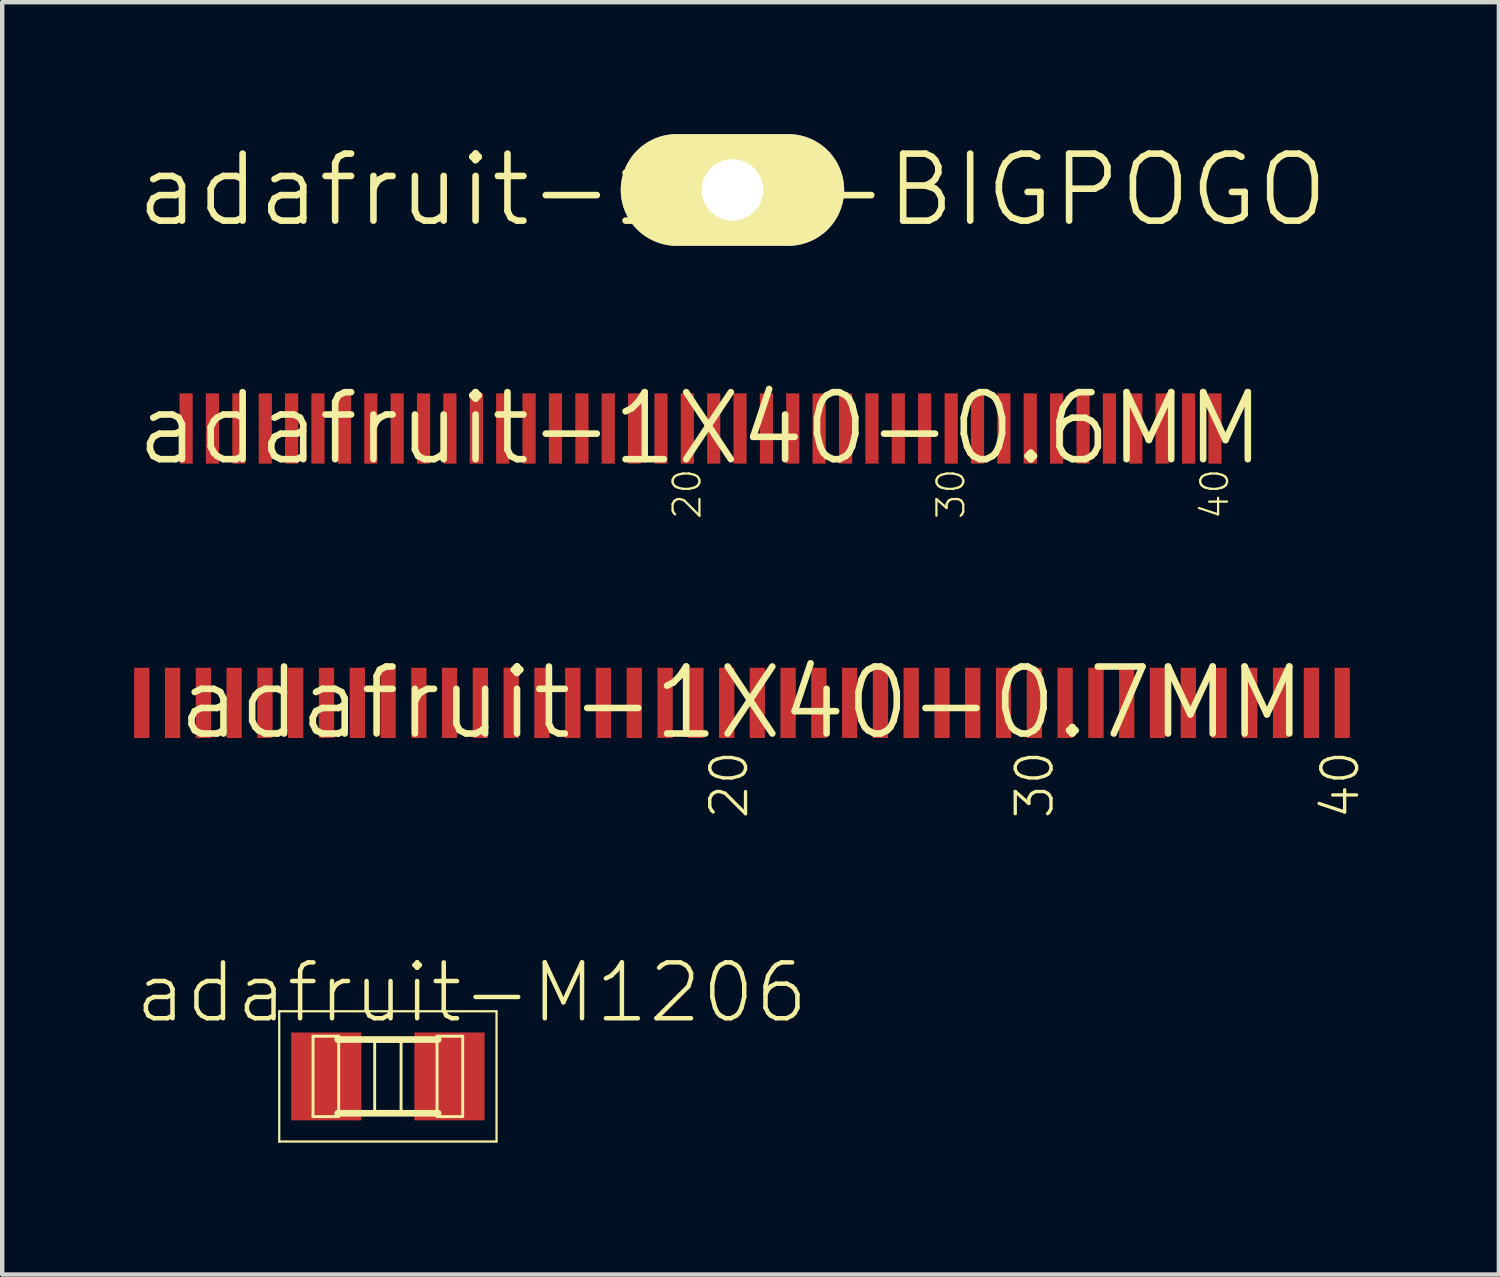
<source format=kicad_pcb>
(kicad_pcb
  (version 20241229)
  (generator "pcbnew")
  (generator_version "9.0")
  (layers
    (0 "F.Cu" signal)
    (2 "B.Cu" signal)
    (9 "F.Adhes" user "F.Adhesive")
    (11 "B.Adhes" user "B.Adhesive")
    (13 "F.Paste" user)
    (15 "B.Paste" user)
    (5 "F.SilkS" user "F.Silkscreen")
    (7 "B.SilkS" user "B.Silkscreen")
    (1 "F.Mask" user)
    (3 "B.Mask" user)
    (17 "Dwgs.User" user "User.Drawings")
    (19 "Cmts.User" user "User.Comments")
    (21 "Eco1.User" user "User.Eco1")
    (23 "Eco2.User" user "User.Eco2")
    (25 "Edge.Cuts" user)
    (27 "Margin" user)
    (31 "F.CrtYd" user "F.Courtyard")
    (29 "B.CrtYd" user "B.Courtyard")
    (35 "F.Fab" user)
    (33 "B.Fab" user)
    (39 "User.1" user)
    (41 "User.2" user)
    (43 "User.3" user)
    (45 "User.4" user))
  (footprint "adafruit-1X1-BIGPOGO"
    (layer "F.Cu")
    (at 13.607 1.27)
    (property "Reference" "adafruit-1X1-BIGPOGO" (at 0 0 0) (layer "F.SilkS") (effects (font (size 1.524 1.524) (thickness 0.15))))
    (attr exclude_from_pos_files exclude_from_bom)
    (pad "P$1" thru_hole oval (at 0 0 90) (size 2.54 5.08) (drill 1.4) (layers "*.Cu" "F.Mask" "F.SilkS" "F.Paste")))
  (footprint "adafruit-M1206"
    (layer "F.Cu")
    (at 5.771 21.429)
    (property "Reference" "adafruit-M1206" (at 1.905 -1.905 0) (layer "F.SilkS") (effects (font (size 1.27 1.27) (thickness 0.102))))
    (attr smd)
    (fp_line (start -2.471 -1.481) (end 2.471 -1.481) (stroke (width 0.051) (type solid)) (layer "F.SilkS"))
    (fp_line (start -2.471 1.481) (end -2.471 -1.481) (stroke (width 0.051) (type solid)) (layer "F.SilkS"))
    (fp_line (start -1.702 -0.914) (end -1.118 -0.914) (stroke (width 0.066) (type solid)) (layer "F.SilkS"))
    (fp_line (start -1.702 0.914) (end -1.702 -0.914) (stroke (width 0.066) (type solid)) (layer "F.SilkS"))
    (fp_line (start -1.702 0.914) (end -1.118 0.914) (stroke (width 0.066) (type solid)) (layer "F.SilkS"))
    (fp_line (start -1.118 0.914) (end -1.118 -0.914) (stroke (width 0.066) (type solid)) (layer "F.SilkS"))
    (fp_line (start -0.3 -0.8) (end 0.3 -0.8) (stroke (width 0.066) (type solid)) (layer "F.SilkS"))
    (fp_line (start -0.3 0.8) (end -0.3 -0.8) (stroke (width 0.066) (type solid)) (layer "F.SilkS"))
    (fp_line (start -0.3 0.8) (end 0.3 0.8) (stroke (width 0.066) (type solid)) (layer "F.SilkS"))
    (fp_line (start 0.3 0.8) (end 0.3 -0.8) (stroke (width 0.066) (type solid)) (layer "F.SilkS"))
    (fp_line (start 1.118 -0.914) (end 1.702 -0.914) (stroke (width 0.066) (type solid)) (layer "F.SilkS"))
    (fp_line (start 1.118 0.914) (end 1.118 -0.914) (stroke (width 0.066) (type solid)) (layer "F.SilkS"))
    (fp_line (start 1.118 0.914) (end 1.702 0.914) (stroke (width 0.066) (type solid)) (layer "F.SilkS"))
    (fp_line (start 1.143 -0.838) (end -1.143 -0.838) (stroke (width 0.152) (type solid)) (layer "F.SilkS"))
    (fp_line (start 1.143 0.838) (end -1.143 0.838) (stroke (width 0.152) (type solid)) (layer "F.SilkS"))
    (fp_line (start 1.702 0.914) (end 1.702 -0.914) (stroke (width 0.066) (type solid)) (layer "F.SilkS"))
    (fp_line (start 2.471 -1.481) (end 2.471 1.481) (stroke (width 0.051) (type solid)) (layer "F.SilkS"))
    (fp_line (start 2.471 1.481) (end -2.471 1.481) (stroke (width 0.051) (type solid)) (layer "F.SilkS"))
    (pad "1" smd rect (at -1.4 0) (size 1.598 1.999) (layers "F.Cu" "F.Mask" "F.Paste"))
    (pad "2" smd rect (at 1.4 0) (size 1.598 1.999) (layers "F.Cu" "F.Mask" "F.Paste")))
  (footprint "adafruit-1X40-0.6MM"
    (layer "F.Cu")
    (at 12.881 6.695)
    (property "Reference" "adafruit-1X40-0.6MM" (at 0 0 0) (layer "F.SilkS") (effects (font (size 1.524 1.524) (thickness 0.15))))
    (attr smd)
    (fp_text user "30" (at 5.695 1.488 90) (layer "F.SilkS") (effects (font (size 0.61 0.61) (thickness 0.051))))
    (fp_text user "40" (at 11.694 1.488 90) (layer "F.SilkS") (effects (font (size 0.61 0.61) (thickness 0.051))))
    (fp_text user "20" (at -0.305 1.488 90) (layer "F.SilkS") (effects (font (size 0.61 0.61) (thickness 0.051))))
    (pad "1" smd rect (at -11.699 0 90) (size 1.598 0.3) (layers "F.Cu" "F.Mask" "F.Paste"))
    (pad "2" smd rect (at -11.1 0 90) (size 1.598 0.3) (layers "F.Cu" "F.Mask" "F.Paste"))
    (pad "3" smd rect (at -10.498 0 90) (size 1.598 0.3) (layers "F.Cu" "F.Mask" "F.Paste"))
    (pad "4" smd rect (at -9.898 0 90) (size 1.598 0.3) (layers "F.Cu" "F.Mask" "F.Paste"))
    (pad "5" smd rect (at -9.299 0 90) (size 1.598 0.3) (layers "F.Cu" "F.Mask" "F.Paste"))
    (pad "6" smd rect (at -8.7 0 90) (size 1.598 0.3) (layers "F.Cu" "F.Mask" "F.Paste"))
    (pad "7" smd rect (at -8.098 0 90) (size 1.598 0.3) (layers "F.Cu" "F.Mask" "F.Paste"))
    (pad "8" smd rect (at -7.498 0 90) (size 1.598 0.3) (layers "F.Cu" "F.Mask" "F.Paste"))
    (pad "9" smd rect (at -6.899 0 90) (size 1.598 0.3) (layers "F.Cu" "F.Mask" "F.Paste"))
    (pad "10" smd rect (at -6.299 0 90) (size 1.598 0.3) (layers "F.Cu" "F.Mask" "F.Paste"))
    (pad "11" smd rect (at -5.7 0 90) (size 1.598 0.3) (layers "F.Cu" "F.Mask" "F.Paste"))
    (pad "12" smd rect (at -5.098 0 90) (size 1.598 0.3) (layers "F.Cu" "F.Mask" "F.Paste"))
    (pad "13" smd rect (at -4.498 0 90) (size 1.598 0.3) (layers "F.Cu" "F.Mask" "F.Paste"))
    (pad "14" smd rect (at -3.899 0 90) (size 1.598 0.3) (layers "F.Cu" "F.Mask" "F.Paste"))
    (pad "15" smd rect (at -3.299 0 90) (size 1.598 0.3) (layers "F.Cu" "F.Mask" "F.Paste"))
    (pad "16" smd rect (at -2.697 0 90) (size 1.598 0.3) (layers "F.Cu" "F.Mask" "F.Paste"))
    (pad "17" smd rect (at -2.098 0 90) (size 1.598 0.3) (layers "F.Cu" "F.Mask" "F.Paste"))
    (pad "18" smd rect (at -1.499 0 90) (size 1.598 0.3) (layers "F.Cu" "F.Mask" "F.Paste"))
    (pad "19" smd rect (at -0.899 0 90) (size 1.598 0.3) (layers "F.Cu" "F.Mask" "F.Paste"))
    (pad "20" smd rect (at -0.3 0 90) (size 1.598 0.3) (layers "F.Cu" "F.Mask" "F.Paste"))
    (pad "21" smd rect (at 0.3 0 90) (size 1.598 0.3) (layers "F.Cu" "F.Mask" "F.Paste"))
    (pad "22" smd rect (at 0.899 0 90) (size 1.598 0.3) (layers "F.Cu" "F.Mask" "F.Paste"))
    (pad "23" smd rect (at 1.499 0 90) (size 1.598 0.3) (layers "F.Cu" "F.Mask" "F.Paste"))
    (pad "24" smd rect (at 2.098 0 90) (size 1.598 0.3) (layers "F.Cu" "F.Mask" "F.Paste"))
    (pad "25" smd rect (at 2.697 0 90) (size 1.598 0.3) (layers "F.Cu" "F.Mask" "F.Paste"))
    (pad "26" smd rect (at 3.299 0 90) (size 1.598 0.3) (layers "F.Cu" "F.Mask" "F.Paste"))
    (pad "27" smd rect (at 3.899 0 90) (size 1.598 0.3) (layers "F.Cu" "F.Mask" "F.Paste"))
    (pad "28" smd rect (at 4.498 0 90) (size 1.598 0.3) (layers "F.Cu" "F.Mask" "F.Paste"))
    (pad "29" smd rect (at 5.098 0 90) (size 1.598 0.3) (layers "F.Cu" "F.Mask" "F.Paste"))
    (pad "30" smd rect (at 5.7 0 90) (size 1.598 0.3) (layers "F.Cu" "F.Mask" "F.Paste"))
    (pad "31" smd rect (at 6.299 0 90) (size 1.598 0.3) (layers "F.Cu" "F.Mask" "F.Paste"))
    (pad "32" smd rect (at 6.899 0 90) (size 1.598 0.3) (layers "F.Cu" "F.Mask" "F.Paste"))
    (pad "33" smd rect (at 7.498 0 90) (size 1.598 0.3) (layers "F.Cu" "F.Mask" "F.Paste"))
    (pad "34" smd rect (at 8.098 0 90) (size 1.598 0.3) (layers "F.Cu" "F.Mask" "F.Paste"))
    (pad "35" smd rect (at 8.7 0 90) (size 1.598 0.3) (layers "F.Cu" "F.Mask" "F.Paste"))
    (pad "36" smd rect (at 9.299 0 90) (size 1.598 0.3) (layers "F.Cu" "F.Mask" "F.Paste"))
    (pad "37" smd rect (at 9.898 0 90) (size 1.598 0.3) (layers "F.Cu" "F.Mask" "F.Paste"))
    (pad "38" smd rect (at 10.498 0 90) (size 1.598 0.3) (layers "F.Cu" "F.Mask" "F.Paste"))
    (pad "39" smd rect (at 11.1 0 90) (size 1.598 0.3) (layers "F.Cu" "F.Mask" "F.Paste"))
    (pad "40" smd rect (at 11.699 0 90) (size 1.598 0.3) (layers "F.Cu" "F.Mask" "F.Paste")))
  (footprint "adafruit-1X40-0.7MM"
    (layer "F.Cu")
    (at 13.824 12.934)
    (property "Reference" "adafruit-1X40-0.7MM" (at 0 0 0) (layer "F.SilkS") (effects (font (size 1.524 1.524) (thickness 0.15))))
    (attr smd)
    (fp_text user "40" (at 13.604 1.862 270) (layer "F.SilkS") (effects (font (size 0.813 0.813) (thickness 0.076))))
    (fp_text user "20" (at -0.292 1.862 270) (layer "F.SilkS") (effects (font (size 0.813 0.813) (thickness 0.076))))
    (fp_text user "30" (at 6.655 1.862 270) (layer "F.SilkS") (effects (font (size 0.813 0.813) (thickness 0.076))))
    (pad "1" smd rect (at -13.65 0 90) (size 1.598 0.348) (layers "F.Cu" "F.Mask" "F.Paste"))
    (pad "2" smd rect (at -12.949 0 90) (size 1.598 0.348) (layers "F.Cu" "F.Mask" "F.Paste"))
    (pad "3" smd rect (at -12.248 0 90) (size 1.598 0.348) (layers "F.Cu" "F.Mask" "F.Paste"))
    (pad "4" smd rect (at -11.549 0 90) (size 1.598 0.348) (layers "F.Cu" "F.Mask" "F.Paste"))
    (pad "5" smd rect (at -10.848 0 90) (size 1.598 0.348) (layers "F.Cu" "F.Mask" "F.Paste"))
    (pad "6" smd rect (at -10.15 0 90) (size 1.598 0.348) (layers "F.Cu" "F.Mask" "F.Paste"))
    (pad "7" smd rect (at -9.449 0 90) (size 1.598 0.348) (layers "F.Cu" "F.Mask" "F.Paste"))
    (pad "8" smd rect (at -8.748 0 90) (size 1.598 0.348) (layers "F.Cu" "F.Mask" "F.Paste"))
    (pad "9" smd rect (at -8.049 0 90) (size 1.598 0.348) (layers "F.Cu" "F.Mask" "F.Paste"))
    (pad "10" smd rect (at -7.348 0 90) (size 1.598 0.348) (layers "F.Cu" "F.Mask" "F.Paste"))
    (pad "11" smd rect (at -6.65 0 90) (size 1.598 0.348) (layers "F.Cu" "F.Mask" "F.Paste"))
    (pad "12" smd rect (at -5.949 0 90) (size 1.598 0.348) (layers "F.Cu" "F.Mask" "F.Paste"))
    (pad "13" smd rect (at -5.248 0 90) (size 1.598 0.348) (layers "F.Cu" "F.Mask" "F.Paste"))
    (pad "14" smd rect (at -4.549 0 90) (size 1.598 0.348) (layers "F.Cu" "F.Mask" "F.Paste"))
    (pad "15" smd rect (at -3.848 0 90) (size 1.598 0.348) (layers "F.Cu" "F.Mask" "F.Paste"))
    (pad "16" smd rect (at -3.15 0 90) (size 1.598 0.348) (layers "F.Cu" "F.Mask" "F.Paste"))
    (pad "17" smd rect (at -2.449 0 90) (size 1.598 0.348) (layers "F.Cu" "F.Mask" "F.Paste"))
    (pad "18" smd rect (at -1.748 0 90) (size 1.598 0.348) (layers "F.Cu" "F.Mask" "F.Paste"))
    (pad "19" smd rect (at -1.049 0 90) (size 1.598 0.348) (layers "F.Cu" "F.Mask" "F.Paste"))
    (pad "20" smd rect (at -0.348 0 90) (size 1.598 0.348) (layers "F.Cu" "F.Mask" "F.Paste"))
    (pad "21" smd rect (at 0.348 0 90) (size 1.598 0.348) (layers "F.Cu" "F.Mask" "F.Paste"))
    (pad "22" smd rect (at 1.049 0 90) (size 1.598 0.348) (layers "F.Cu" "F.Mask" "F.Paste"))
    (pad "23" smd rect (at 1.748 0 90) (size 1.598 0.348) (layers "F.Cu" "F.Mask" "F.Paste"))
    (pad "24" smd rect (at 2.449 0 90) (size 1.598 0.348) (layers "F.Cu" "F.Mask" "F.Paste"))
    (pad "25" smd rect (at 3.15 0 90) (size 1.598 0.348) (layers "F.Cu" "F.Mask" "F.Paste"))
    (pad "26" smd rect (at 3.848 0 90) (size 1.598 0.348) (layers "F.Cu" "F.Mask" "F.Paste"))
    (pad "27" smd rect (at 4.549 0 90) (size 1.598 0.348) (layers "F.Cu" "F.Mask" "F.Paste"))
    (pad "28" smd rect (at 5.248 0 90) (size 1.598 0.348) (layers "F.Cu" "F.Mask" "F.Paste"))
    (pad "29" smd rect (at 5.949 0 90) (size 1.598 0.348) (layers "F.Cu" "F.Mask" "F.Paste"))
    (pad "30" smd rect (at 6.65 0 90) (size 1.598 0.348) (layers "F.Cu" "F.Mask" "F.Paste"))
    (pad "31" smd rect (at 7.348 0 90) (size 1.598 0.348) (layers "F.Cu" "F.Mask" "F.Paste"))
    (pad "32" smd rect (at 8.049 0 90) (size 1.598 0.348) (layers "F.Cu" "F.Mask" "F.Paste"))
    (pad "33" smd rect (at 8.748 0 90) (size 1.598 0.348) (layers "F.Cu" "F.Mask" "F.Paste"))
    (pad "34" smd rect (at 9.449 0 90) (size 1.598 0.348) (layers "F.Cu" "F.Mask" "F.Paste"))
    (pad "35" smd rect (at 10.15 0 90) (size 1.598 0.348) (layers "F.Cu" "F.Mask" "F.Paste"))
    (pad "36" smd rect (at 10.848 0 90) (size 1.598 0.348) (layers "F.Cu" "F.Mask" "F.Paste"))
    (pad "37" smd rect (at 11.549 0 90) (size 1.598 0.348) (layers "F.Cu" "F.Mask" "F.Paste"))
    (pad "38" smd rect (at 12.248 0 90) (size 1.598 0.348) (layers "F.Cu" "F.Mask" "F.Paste"))
    (pad "39" smd rect (at 12.949 0 90) (size 1.598 0.348) (layers "F.Cu" "F.Mask" "F.Paste"))
    (pad "40" smd rect (at 13.65 0 90) (size 1.598 0.348) (layers "F.Cu" "F.Mask" "F.Paste")))
  (gr_rect
    (start -3 -3)
    (end 31.037 25.935)
    (stroke (width 0.1) (type default))
    (fill no)
    (layer "Edge.Cuts")))
</source>
